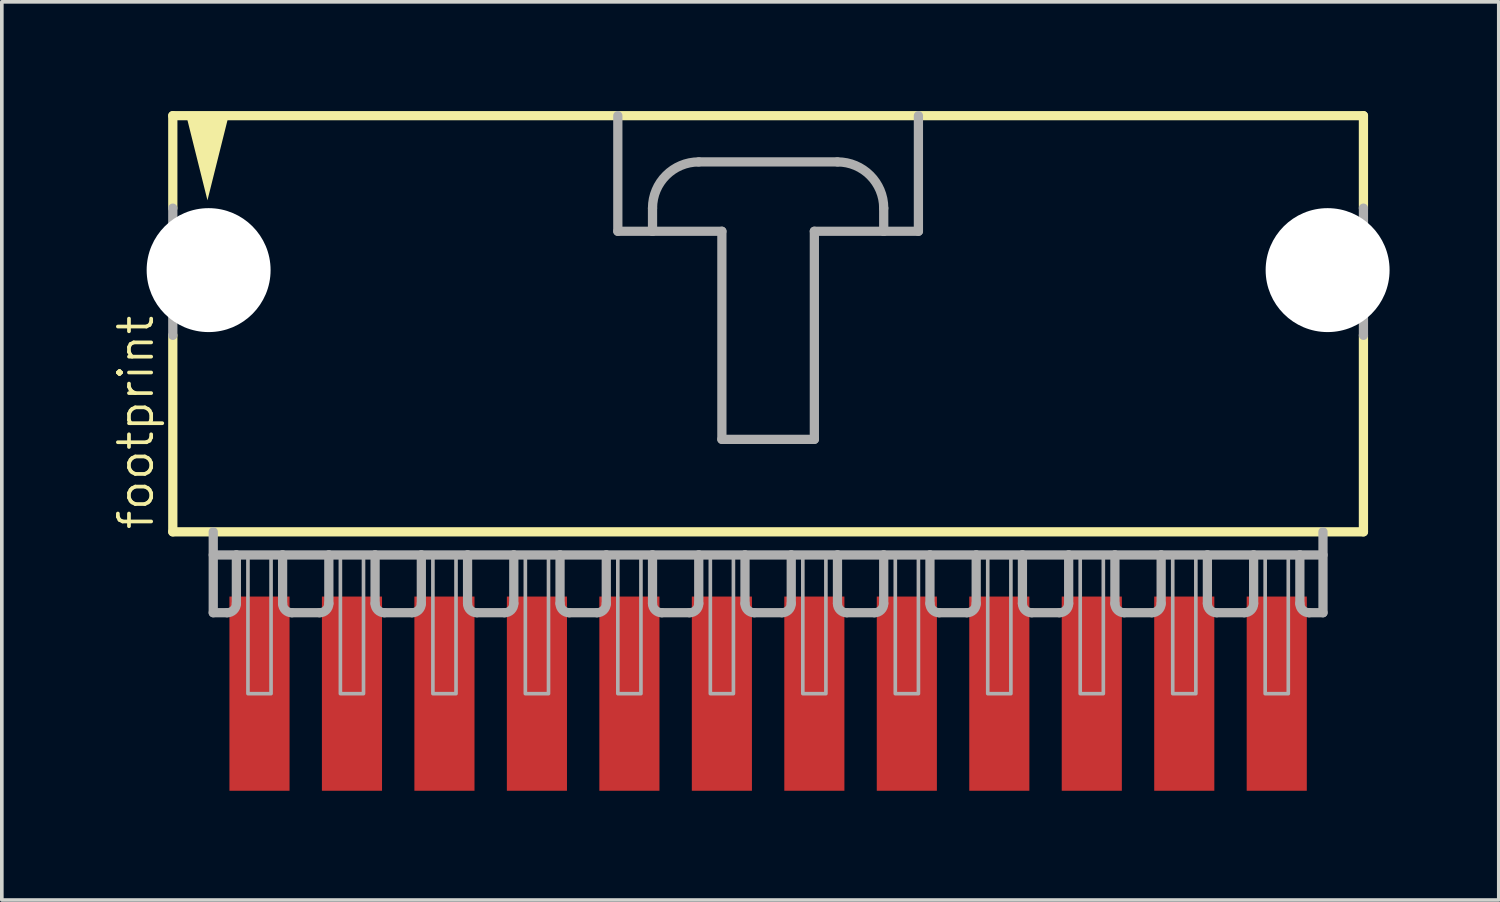
<source format=kicad_pcb>
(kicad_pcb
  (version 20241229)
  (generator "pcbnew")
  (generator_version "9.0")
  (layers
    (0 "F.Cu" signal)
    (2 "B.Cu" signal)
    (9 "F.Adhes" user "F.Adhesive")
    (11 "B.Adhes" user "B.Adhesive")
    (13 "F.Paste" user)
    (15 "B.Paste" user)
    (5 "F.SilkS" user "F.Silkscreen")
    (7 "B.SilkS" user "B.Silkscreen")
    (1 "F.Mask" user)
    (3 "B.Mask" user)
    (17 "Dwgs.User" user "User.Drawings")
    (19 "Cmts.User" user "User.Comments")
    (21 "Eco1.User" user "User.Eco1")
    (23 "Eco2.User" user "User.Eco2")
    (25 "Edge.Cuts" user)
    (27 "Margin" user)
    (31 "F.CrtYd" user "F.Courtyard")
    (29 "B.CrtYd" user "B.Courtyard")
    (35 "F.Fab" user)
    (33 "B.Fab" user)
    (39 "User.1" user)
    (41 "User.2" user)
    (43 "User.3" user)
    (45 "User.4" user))
  (footprint "footprint"
    (layer "F.Cu")
    (at 18.047 5.207)
    (property "Reference" "footprint" (at -16.828 6.35 90) (layer "F.SilkS") (effects (font (size 0.914 0.914) (thickness 0.102)) (justify left bottom)))
    (fp_line (start -16.351 -5.08) (end -16.351 -2.54) (stroke (width 0.254) (type solid)) (layer "F.SilkS"))
    (fp_line (start -16.351 0.953) (end -16.351 6.35) (stroke (width 0.254) (type solid)) (layer "F.SilkS"))
    (fp_line (start -16.351 6.35) (end 16.351 6.35) (stroke (width 0.254) (type solid)) (layer "F.SilkS"))
    (fp_line (start 16.351 -5.08) (end -16.351 -5.08) (stroke (width 0.254) (type solid)) (layer "F.SilkS"))
    (fp_line (start 16.351 -2.54) (end 16.351 -5.08) (stroke (width 0.254) (type solid)) (layer "F.SilkS"))
    (fp_line (start 16.351 6.35) (end 16.351 0.953) (stroke (width 0.254) (type solid)) (layer "F.SilkS"))
    (fp_poly (pts (xy -15.399 -2.756) (xy -16.005 -5.182) (xy -14.792 -5.182)) (stroke (width 0) (type solid)) (fill yes) (layer "F.SilkS"))
    (fp_line (start -16.351 -2.54) (end -16.351 0.953) (stroke (width 0.254) (type solid)) (layer "F.Fab"))
    (fp_line (start -15.24 6.35) (end -15.24 8.572) (stroke (width 0.254) (type solid)) (layer "F.Fab"))
    (fp_line (start -15.24 6.985) (end -14.605 6.985) (stroke (width 0.254) (type solid)) (layer "F.Fab"))
    (fp_line (start -14.859 8.572) (end -15.24 8.572) (stroke (width 0.254) (type solid)) (layer "F.Fab"))
    (fp_line (start -14.605 6.985) (end -14.605 8.319) (stroke (width 0.254) (type solid)) (layer "F.Fab"))
    (fp_line (start -14.605 6.985) (end -13.335 6.985) (stroke (width 0.254) (type solid)) (layer "F.Fab"))
    (fp_line (start -13.335 6.985) (end -13.335 8.319) (stroke (width 0.254) (type solid)) (layer "F.Fab"))
    (fp_line (start -13.335 6.985) (end -12.065 6.985) (stroke (width 0.254) (type solid)) (layer "F.Fab"))
    (fp_line (start -12.319 8.572) (end -13.081 8.572) (stroke (width 0.254) (type solid)) (layer "F.Fab"))
    (fp_line (start -12.065 6.985) (end -12.065 8.319) (stroke (width 0.254) (type solid)) (layer "F.Fab"))
    (fp_line (start -12.065 6.985) (end -10.795 6.985) (stroke (width 0.254) (type solid)) (layer "F.Fab"))
    (fp_line (start -10.795 6.985) (end -10.795 8.319) (stroke (width 0.254) (type solid)) (layer "F.Fab"))
    (fp_line (start -10.795 6.985) (end -9.525 6.985) (stroke (width 0.254) (type solid)) (layer "F.Fab"))
    (fp_line (start -9.779 8.572) (end -10.541 8.572) (stroke (width 0.254) (type solid)) (layer "F.Fab"))
    (fp_line (start -9.525 6.985) (end -9.525 8.319) (stroke (width 0.254) (type solid)) (layer "F.Fab"))
    (fp_line (start -9.525 6.985) (end -8.255 6.985) (stroke (width 0.254) (type solid)) (layer "F.Fab"))
    (fp_line (start -8.255 6.985) (end -8.255 8.319) (stroke (width 0.254) (type solid)) (layer "F.Fab"))
    (fp_line (start -8.255 6.985) (end -6.985 6.985) (stroke (width 0.254) (type solid)) (layer "F.Fab"))
    (fp_line (start -7.239 8.572) (end -8.001 8.572) (stroke (width 0.254) (type solid)) (layer "F.Fab"))
    (fp_line (start -6.985 6.985) (end -6.985 8.319) (stroke (width 0.254) (type solid)) (layer "F.Fab"))
    (fp_line (start -6.985 6.985) (end -5.715 6.985) (stroke (width 0.254) (type solid)) (layer "F.Fab"))
    (fp_line (start -5.715 6.985) (end -5.715 8.319) (stroke (width 0.254) (type solid)) (layer "F.Fab"))
    (fp_line (start -5.715 6.985) (end -4.445 6.985) (stroke (width 0.254) (type solid)) (layer "F.Fab"))
    (fp_line (start -4.699 8.572) (end -5.461 8.572) (stroke (width 0.254) (type solid)) (layer "F.Fab"))
    (fp_line (start -4.445 6.985) (end -4.445 8.319) (stroke (width 0.254) (type solid)) (layer "F.Fab"))
    (fp_line (start -4.445 6.985) (end -3.175 6.985) (stroke (width 0.254) (type solid)) (layer "F.Fab"))
    (fp_line (start -4.128 -5.08) (end -4.128 -1.905) (stroke (width 0.254) (type solid)) (layer "F.Fab"))
    (fp_line (start -4.128 -1.905) (end -3.175 -1.905) (stroke (width 0.254) (type solid)) (layer "F.Fab"))
    (fp_line (start -3.175 -1.905) (end -3.175 -2.54) (stroke (width 0.254) (type solid)) (layer "F.Fab"))
    (fp_line (start -3.175 -1.905) (end -1.27 -1.905) (stroke (width 0.254) (type solid)) (layer "F.Fab"))
    (fp_line (start -3.175 6.985) (end -3.175 8.319) (stroke (width 0.254) (type solid)) (layer "F.Fab"))
    (fp_line (start -3.175 6.985) (end -1.905 6.985) (stroke (width 0.254) (type solid)) (layer "F.Fab"))
    (fp_line (start -2.159 8.572) (end -2.921 8.572) (stroke (width 0.254) (type solid)) (layer "F.Fab"))
    (fp_line (start -1.905 -3.81) (end 1.905 -3.81) (stroke (width 0.254) (type solid)) (layer "F.Fab"))
    (fp_line (start -1.905 6.985) (end -1.905 8.319) (stroke (width 0.254) (type solid)) (layer "F.Fab"))
    (fp_line (start -1.905 6.985) (end -0.635 6.985) (stroke (width 0.254) (type solid)) (layer "F.Fab"))
    (fp_line (start -1.27 -1.905) (end -1.27 3.81) (stroke (width 0.254) (type solid)) (layer "F.Fab"))
    (fp_line (start -1.27 3.81) (end 1.27 3.81) (stroke (width 0.254) (type solid)) (layer "F.Fab"))
    (fp_line (start -0.635 6.985) (end -0.635 8.319) (stroke (width 0.254) (type solid)) (layer "F.Fab"))
    (fp_line (start -0.635 6.985) (end 0.635 6.985) (stroke (width 0.254) (type solid)) (layer "F.Fab"))
    (fp_line (start 0.381 8.572) (end -0.381 8.572) (stroke (width 0.254) (type solid)) (layer "F.Fab"))
    (fp_line (start 0.635 6.985) (end 0.635 8.319) (stroke (width 0.254) (type solid)) (layer "F.Fab"))
    (fp_line (start 0.635 6.985) (end 1.905 6.985) (stroke (width 0.254) (type solid)) (layer "F.Fab"))
    (fp_line (start 1.27 -1.905) (end 3.175 -1.905) (stroke (width 0.254) (type solid)) (layer "F.Fab"))
    (fp_line (start 1.27 3.81) (end 1.27 -1.905) (stroke (width 0.254) (type solid)) (layer "F.Fab"))
    (fp_line (start 1.905 6.985) (end 1.905 8.319) (stroke (width 0.254) (type solid)) (layer "F.Fab"))
    (fp_line (start 1.905 6.985) (end 3.175 6.985) (stroke (width 0.254) (type solid)) (layer "F.Fab"))
    (fp_line (start 2.921 8.572) (end 2.159 8.572) (stroke (width 0.254) (type solid)) (layer "F.Fab"))
    (fp_line (start 3.175 -2.54) (end 3.175 -1.905) (stroke (width 0.254) (type solid)) (layer "F.Fab"))
    (fp_line (start 3.175 -1.905) (end 4.128 -1.905) (stroke (width 0.254) (type solid)) (layer "F.Fab"))
    (fp_line (start 3.175 6.985) (end 3.175 8.319) (stroke (width 0.254) (type solid)) (layer "F.Fab"))
    (fp_line (start 3.175 6.985) (end 4.445 6.985) (stroke (width 0.254) (type solid)) (layer "F.Fab"))
    (fp_line (start 4.128 -1.905) (end 4.128 -5.08) (stroke (width 0.254) (type solid)) (layer "F.Fab"))
    (fp_line (start 4.445 6.985) (end 4.445 8.319) (stroke (width 0.254) (type solid)) (layer "F.Fab"))
    (fp_line (start 4.445 6.985) (end 5.715 6.985) (stroke (width 0.254) (type solid)) (layer "F.Fab"))
    (fp_line (start 5.461 8.572) (end 4.699 8.572) (stroke (width 0.254) (type solid)) (layer "F.Fab"))
    (fp_line (start 5.715 6.985) (end 5.715 8.319) (stroke (width 0.254) (type solid)) (layer "F.Fab"))
    (fp_line (start 5.715 6.985) (end 6.985 6.985) (stroke (width 0.254) (type solid)) (layer "F.Fab"))
    (fp_line (start 6.985 6.985) (end 6.985 8.319) (stroke (width 0.254) (type solid)) (layer "F.Fab"))
    (fp_line (start 6.985 6.985) (end 8.255 6.985) (stroke (width 0.254) (type solid)) (layer "F.Fab"))
    (fp_line (start 8.001 8.572) (end 7.239 8.572) (stroke (width 0.254) (type solid)) (layer "F.Fab"))
    (fp_line (start 8.255 6.985) (end 8.255 8.319) (stroke (width 0.254) (type solid)) (layer "F.Fab"))
    (fp_line (start 8.255 6.985) (end 9.525 6.985) (stroke (width 0.254) (type solid)) (layer "F.Fab"))
    (fp_line (start 9.525 6.985) (end 9.525 8.319) (stroke (width 0.254) (type solid)) (layer "F.Fab"))
    (fp_line (start 9.525 6.985) (end 10.795 6.985) (stroke (width 0.254) (type solid)) (layer "F.Fab"))
    (fp_line (start 10.541 8.572) (end 9.779 8.572) (stroke (width 0.254) (type solid)) (layer "F.Fab"))
    (fp_line (start 10.795 6.985) (end 10.795 8.319) (stroke (width 0.254) (type solid)) (layer "F.Fab"))
    (fp_line (start 10.795 6.985) (end 12.065 6.985) (stroke (width 0.254) (type solid)) (layer "F.Fab"))
    (fp_line (start 12.065 6.985) (end 12.065 8.319) (stroke (width 0.254) (type solid)) (layer "F.Fab"))
    (fp_line (start 12.065 6.985) (end 13.335 6.985) (stroke (width 0.254) (type solid)) (layer "F.Fab"))
    (fp_line (start 13.081 8.572) (end 12.319 8.572) (stroke (width 0.254) (type solid)) (layer "F.Fab"))
    (fp_line (start 13.335 6.985) (end 13.335 8.319) (stroke (width 0.254) (type solid)) (layer "F.Fab"))
    (fp_line (start 13.335 6.985) (end 14.605 6.985) (stroke (width 0.254) (type solid)) (layer "F.Fab"))
    (fp_line (start 14.605 6.985) (end 14.605 8.319) (stroke (width 0.254) (type solid)) (layer "F.Fab"))
    (fp_line (start 14.605 6.985) (end 15.24 6.985) (stroke (width 0.254) (type solid)) (layer "F.Fab"))
    (fp_line (start 14.859 8.572) (end 15.24 8.572) (stroke (width 0.254) (type solid)) (layer "F.Fab"))
    (fp_line (start 15.24 8.572) (end 15.24 6.35) (stroke (width 0.254) (type solid)) (layer "F.Fab"))
    (fp_line (start 16.351 -2.54) (end 16.351 0.953) (stroke (width 0.254) (type solid)) (layer "F.Fab"))
    (fp_arc (start -14.605 8.3185) (mid -14.679395 8.498105) (end -14.859 8.5725) (stroke (width 0.254) (type solid)) (layer "F.Fab"))
    (fp_arc (start -13.081 8.5725) (mid -13.260605 8.498105) (end -13.335 8.3185) (stroke (width 0.254) (type solid)) (layer "F.Fab"))
    (fp_arc (start -12.065 8.3185) (mid -12.139395 8.498105) (end -12.319 8.5725) (stroke (width 0.254) (type solid)) (layer "F.Fab"))
    (fp_arc (start -10.541 8.5725) (mid -10.720605 8.498105) (end -10.795 8.3185) (stroke (width 0.254) (type solid)) (layer "F.Fab"))
    (fp_arc (start -9.525 8.3185) (mid -9.599395 8.498105) (end -9.779 8.5725) (stroke (width 0.254) (type solid)) (layer "F.Fab"))
    (fp_arc (start -8.001 8.5725) (mid -8.180605 8.498105) (end -8.255 8.3185) (stroke (width 0.254) (type solid)) (layer "F.Fab"))
    (fp_arc (start -6.985 8.3185) (mid -7.059395 8.498105) (end -7.239 8.5725) (stroke (width 0.254) (type solid)) (layer "F.Fab"))
    (fp_arc (start -5.461 8.5725) (mid -5.640605 8.498105) (end -5.715 8.3185) (stroke (width 0.254) (type solid)) (layer "F.Fab"))
    (fp_arc (start -4.445 8.3185) (mid -4.519395 8.498105) (end -4.699 8.5725) (stroke (width 0.254) (type solid)) (layer "F.Fab"))
    (fp_arc (start -3.175 -2.54) (mid -2.803026 -3.438026) (end -1.905 -3.81) (stroke (width 0.254) (type solid)) (layer "F.Fab"))
    (fp_arc (start -2.921 8.5725) (mid -3.100605 8.498105) (end -3.175 8.3185) (stroke (width 0.254) (type solid)) (layer "F.Fab"))
    (fp_arc (start -1.905 8.3185) (mid -1.979395 8.498105) (end -2.159 8.5725) (stroke (width 0.254) (type solid)) (layer "F.Fab"))
    (fp_arc (start -0.381 8.5725) (mid -0.560605 8.498105) (end -0.635 8.3185) (stroke (width 0.254) (type solid)) (layer "F.Fab"))
    (fp_arc (start 0.635 8.3185) (mid 0.560605 8.498105) (end 0.381 8.5725) (stroke (width 0.254) (type solid)) (layer "F.Fab"))
    (fp_arc (start 1.905 -3.81) (mid 2.803026 -3.438026) (end 3.175 -2.54) (stroke (width 0.254) (type solid)) (layer "F.Fab"))
    (fp_arc (start 2.159 8.5725) (mid 1.979395 8.498105) (end 1.905 8.3185) (stroke (width 0.254) (type solid)) (layer "F.Fab"))
    (fp_arc (start 3.175 8.3185) (mid 3.100605 8.498105) (end 2.921 8.5725) (stroke (width 0.254) (type solid)) (layer "F.Fab"))
    (fp_arc (start 4.699 8.5725) (mid 4.519395 8.498105) (end 4.445 8.3185) (stroke (width 0.254) (type solid)) (layer "F.Fab"))
    (fp_arc (start 5.715 8.3185) (mid 5.640605 8.498105) (end 5.461 8.5725) (stroke (width 0.254) (type solid)) (layer "F.Fab"))
    (fp_arc (start 7.239 8.5725) (mid 7.059395 8.498105) (end 6.985 8.3185) (stroke (width 0.254) (type solid)) (layer "F.Fab"))
    (fp_arc (start 8.255 8.3185) (mid 8.180605 8.498105) (end 8.001 8.5725) (stroke (width 0.254) (type solid)) (layer "F.Fab"))
    (fp_arc (start 9.779 8.5725) (mid 9.599395 8.498105) (end 9.525 8.3185) (stroke (width 0.254) (type solid)) (layer "F.Fab"))
    (fp_arc (start 10.795 8.3185) (mid 10.720605 8.498105) (end 10.541 8.5725) (stroke (width 0.254) (type solid)) (layer "F.Fab"))
    (fp_arc (start 12.319 8.5725) (mid 12.139395 8.498105) (end 12.065 8.3185) (stroke (width 0.254) (type solid)) (layer "F.Fab"))
    (fp_arc (start 13.335 8.3185) (mid 13.260605 8.498105) (end 13.081 8.5725) (stroke (width 0.254) (type solid)) (layer "F.Fab"))
    (fp_arc (start 14.859 8.5725) (mid 14.679395 8.498105) (end 14.605 8.3185) (stroke (width 0.254) (type solid)) (layer "F.Fab"))
    (fp_poly (pts (xy -14.287 10.795) (xy -13.652 10.795) (xy -13.652 6.985) (xy -14.287 6.985)) (stroke (width 0.1) (type solid)) (fill no) (layer "F.Fab"))
    (fp_poly (pts (xy -11.748 10.795) (xy -11.113 10.795) (xy -11.113 6.985) (xy -11.748 6.985)) (stroke (width 0.1) (type solid)) (fill no) (layer "F.Fab"))
    (fp_poly (pts (xy -9.207 10.795) (xy -8.572 10.795) (xy -8.572 6.985) (xy -9.207 6.985)) (stroke (width 0.1) (type solid)) (fill no) (layer "F.Fab"))
    (fp_poly (pts (xy -6.668 10.795) (xy -6.032 10.795) (xy -6.032 6.985) (xy -6.668 6.985)) (stroke (width 0.1) (type solid)) (fill no) (layer "F.Fab"))
    (fp_poly (pts (xy -4.128 10.795) (xy -3.493 10.795) (xy -3.493 6.985) (xy -4.128 6.985)) (stroke (width 0.1) (type solid)) (fill no) (layer "F.Fab"))
    (fp_poly (pts (xy -1.587 10.795) (xy -0.953 10.795) (xy -0.953 6.985) (xy -1.587 6.985)) (stroke (width 0.1) (type solid)) (fill no) (layer "F.Fab"))
    (fp_poly (pts (xy 0.953 10.795) (xy 1.587 10.795) (xy 1.587 6.985) (xy 0.953 6.985)) (stroke (width 0.1) (type solid)) (fill no) (layer "F.Fab"))
    (fp_poly (pts (xy 3.493 10.795) (xy 4.128 10.795) (xy 4.128 6.985) (xy 3.493 6.985)) (stroke (width 0.1) (type solid)) (fill no) (layer "F.Fab"))
    (fp_poly (pts (xy 6.032 10.795) (xy 6.668 10.795) (xy 6.668 6.985) (xy 6.032 6.985)) (stroke (width 0.1) (type solid)) (fill no) (layer "F.Fab"))
    (fp_poly (pts (xy 8.572 10.795) (xy 9.207 10.795) (xy 9.207 6.985) (xy 8.572 6.985)) (stroke (width 0.1) (type solid)) (fill no) (layer "F.Fab"))
    (fp_poly (pts (xy 11.113 10.795) (xy 11.748 10.795) (xy 11.748 6.985) (xy 11.113 6.985)) (stroke (width 0.1) (type solid)) (fill no) (layer "F.Fab"))
    (fp_poly (pts (xy 13.652 10.795) (xy 14.287 10.795) (xy 14.287 6.985) (xy 13.652 6.985)) (stroke (width 0.1) (type solid)) (fill no) (layer "F.Fab"))
    (pad "" np_thru_hole circle (at -15.367 -0.838) (size 3.404 3.404) (drill 3.404) (layers "*.Cu" "*.Mask"))
    (pad "" np_thru_hole circle (at 15.367 -0.838) (size 3.404 3.404) (drill 3.404) (layers "*.Cu" "*.Mask"))
    (pad "1" smd rect (at -13.97 10.795 90) (size 5.334 1.651) (layers "F.Cu" "F.Mask" "F.Paste"))
    (pad "2" smd rect (at -11.43 10.795 90) (size 5.334 1.651) (layers "F.Cu" "F.Mask" "F.Paste"))
    (pad "3" smd rect (at -8.89 10.795 90) (size 5.334 1.651) (layers "F.Cu" "F.Mask" "F.Paste"))
    (pad "4" smd rect (at -6.35 10.795 90) (size 5.334 1.651) (layers "F.Cu" "F.Mask" "F.Paste"))
    (pad "5" smd rect (at -3.81 10.795 90) (size 5.334 1.651) (layers "F.Cu" "F.Mask" "F.Paste"))
    (pad "6" smd rect (at -1.27 10.795 90) (size 5.334 1.651) (layers "F.Cu" "F.Mask" "F.Paste"))
    (pad "7" smd rect (at 1.27 10.795 90) (size 5.334 1.651) (layers "F.Cu" "F.Mask" "F.Paste"))
    (pad "8" smd rect (at 3.81 10.795 90) (size 5.334 1.651) (layers "F.Cu" "F.Mask" "F.Paste"))
    (pad "9" smd rect (at 6.35 10.795 90) (size 5.334 1.651) (layers "F.Cu" "F.Mask" "F.Paste"))
    (pad "10" smd rect (at 8.89 10.795 90) (size 5.334 1.651) (layers "F.Cu" "F.Mask" "F.Paste"))
    (pad "11" smd rect (at 11.43 10.795 90) (size 5.334 1.651) (layers "F.Cu" "F.Mask" "F.Paste"))
    (pad "12" smd rect (at 13.97 10.795 90) (size 5.334 1.651) (layers "F.Cu" "F.Mask" "F.Paste")))
  (gr_rect
    (start -3 -3)
    (end 38.115 21.669)
    (stroke (width 0.1) (type default))
    (fill no)
    (layer "Edge.Cuts")))
</source>
